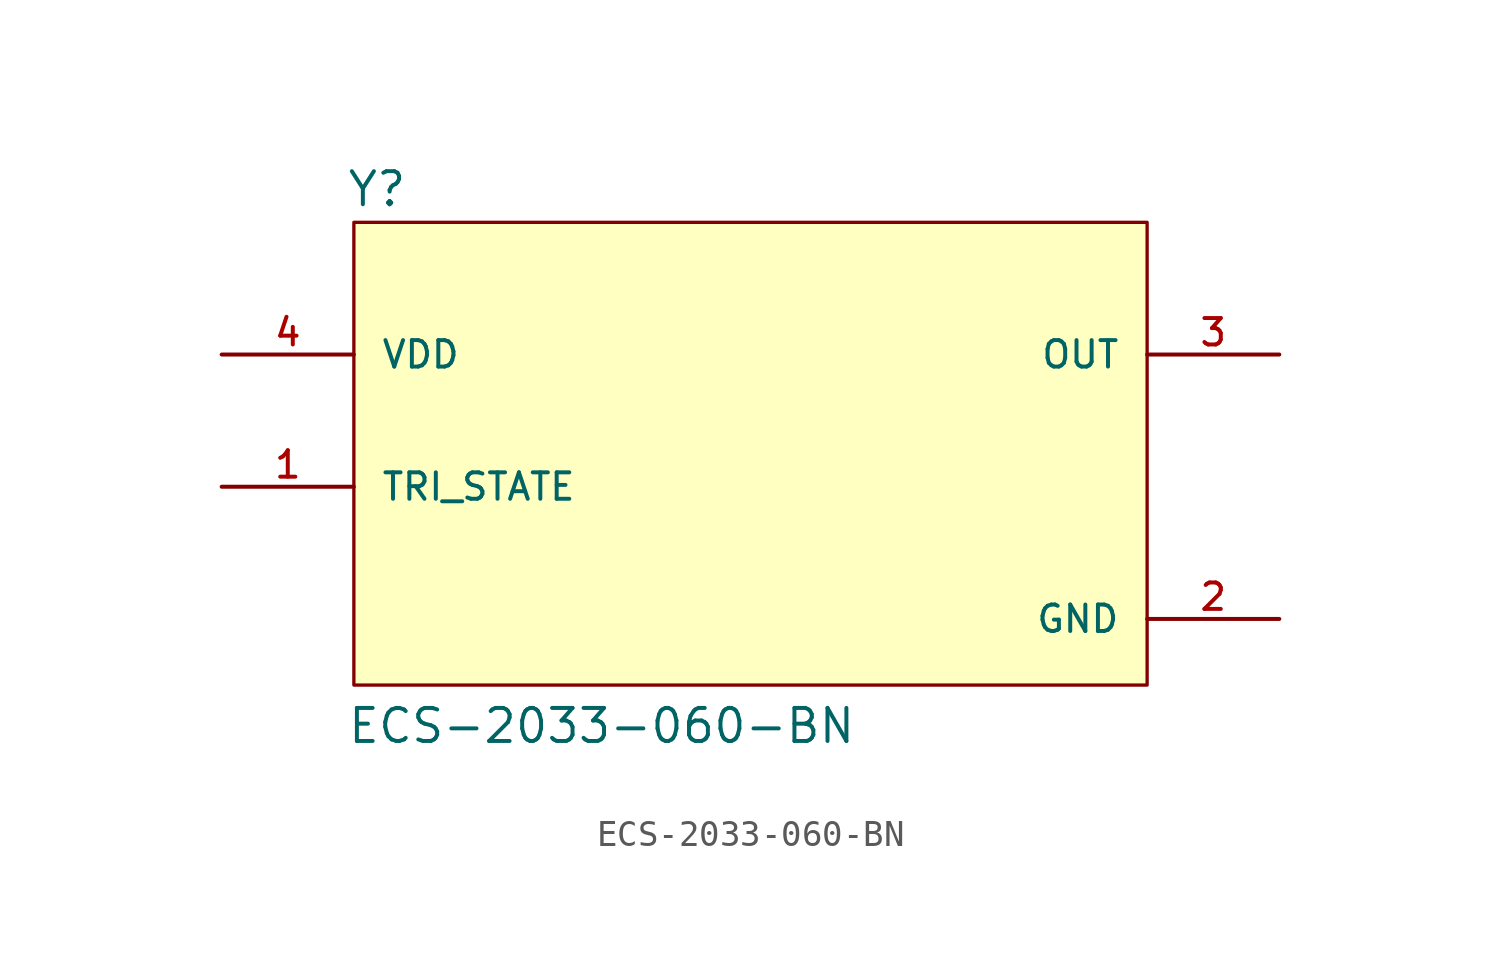
<source format=kicad_sym>
(kicad_symbol_lib
  (version 20211014)
  (generator kicad_symbol_editor)
  (symbol "ECS-2033-060-BN"
    (pin_names
      (offset 1.016))
    (property "Reference" "Y"
      (at -15.539 8.152 0)
      (effects (font (size 1.27 1.27)) (justify bottom left)))
    (property "Value" "ECS-2033-060-BN"
      (at -15.526 -12.472 0)
      (effects (font (size 1.27 1.27)) (justify bottom left)))
    (symbol "ECS-2033-060-BN_0_0"
      (rectangle (start -15.24 -10.16) (end 15.24 7.62) (stroke (width 0.127)) (fill (type background)))
      (pin input line (at -20.32 -2.54 0) (length 5.08) (name "TRI_STATE" (effects (font (size 1.016 1.016)))) (number "1" (effects (font (size 1.016 1.016)))))
      (pin output line (at 20.32 2.54 180.0) (length 5.08) (name "OUT" (effects (font (size 1.016 1.016)))) (number "3" (effects (font (size 1.016 1.016)))))
      (pin input line (at -20.32 2.54 0) (length 5.08) (name "VDD" (effects (font (size 1.016 1.016)))) (number "4" (effects (font (size 1.016 1.016)))))
      (pin power_in line (at 20.32 -7.62 180.0) (length 5.08) (name "GND" (effects (font (size 1.016 1.016)))) (number "2" (effects (font (size 1.016 1.016))))))))
</source>
